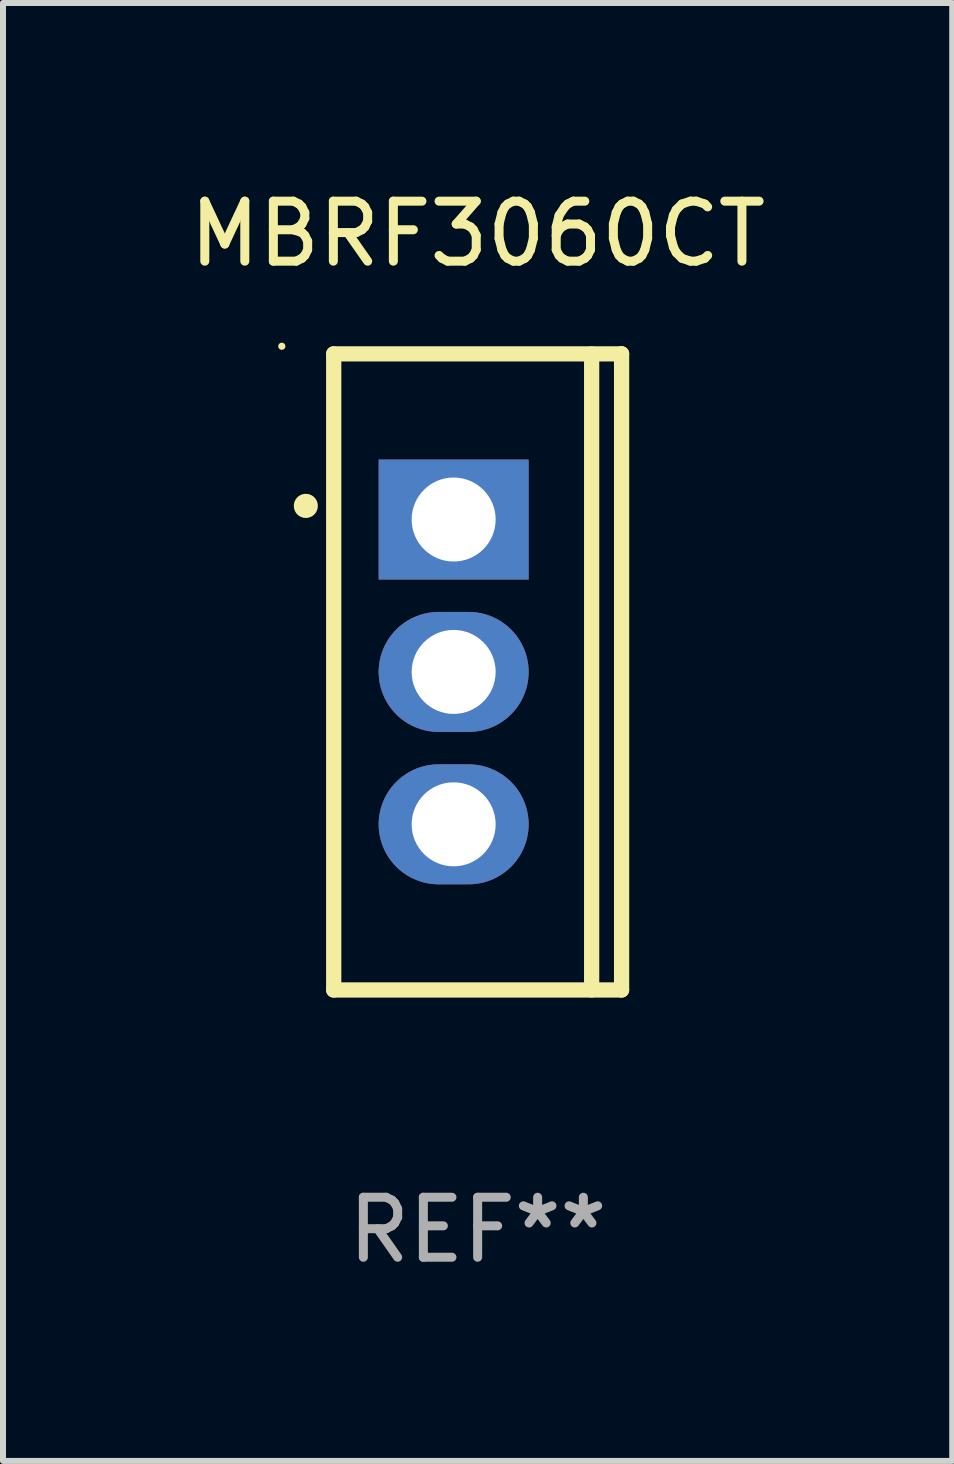
<source format=kicad_pcb>
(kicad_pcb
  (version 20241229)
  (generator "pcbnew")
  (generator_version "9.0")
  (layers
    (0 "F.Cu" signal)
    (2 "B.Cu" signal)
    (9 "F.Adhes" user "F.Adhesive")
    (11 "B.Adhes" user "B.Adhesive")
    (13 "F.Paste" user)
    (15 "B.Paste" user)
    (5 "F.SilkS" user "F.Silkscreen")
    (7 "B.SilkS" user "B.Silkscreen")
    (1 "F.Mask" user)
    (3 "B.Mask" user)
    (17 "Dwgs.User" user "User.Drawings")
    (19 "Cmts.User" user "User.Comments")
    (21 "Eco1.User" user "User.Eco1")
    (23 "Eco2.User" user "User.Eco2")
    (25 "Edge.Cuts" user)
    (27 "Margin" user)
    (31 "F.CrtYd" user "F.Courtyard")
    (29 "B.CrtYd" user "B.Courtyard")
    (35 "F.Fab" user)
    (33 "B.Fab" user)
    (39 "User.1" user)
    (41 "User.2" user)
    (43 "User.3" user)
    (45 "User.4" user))
  (footprint "MBRF3060CT"
    (layer "F.Cu")
    (at 4.911 8.149)
    (property "Reference" "MBRF3060CT" (at 0 -7.301 0) (layer "F.SilkS") (effects (font (size 1 1) (thickness 0.15))))
    (attr through_hole)
    (fp_line (start -2.399 -5.301) (end 2.394 -5.301) (stroke (width 0.254) (type solid)) (layer "F.SilkS"))
    (fp_line (start -2.399 5.301) (end -2.399 -5.301) (stroke (width 0.254) (type solid)) (layer "F.SilkS"))
    (fp_line (start 1.9 5.3) (end 1.9 -5.3) (stroke (width 0.254) (type solid)) (layer "F.SilkS"))
    (fp_line (start 2.394 -5.301) (end 2.399 -5.301) (stroke (width 0.254) (type solid)) (layer "F.SilkS"))
    (fp_line (start 2.399 -5.301) (end 2.399 5.301) (stroke (width 0.254) (type solid)) (layer "F.SilkS"))
    (fp_line (start 2.399 5.301) (end -2.399 5.301) (stroke (width 0.254) (type solid)) (layer "F.SilkS"))
    (fp_arc (start -2.863843 -2.766066) (mid -2.863847 -2.767336) (end -2.863843 -2.768606) (stroke (width 0.4) (type solid)) (layer "F.SilkS"))
    (fp_circle (center -3.264 -5.428) (end -3.234 -5.428) (stroke (width 0.06) (type solid)) (fill no) (layer "F.SilkS"))
    (fp_text user "REF**" (at 0 9.301 0) (layer "F.Fab") (effects (font (size 1 1) (thickness 0.15))))
    (pad "1" thru_hole rect (at -0.4 -2.54 270) (size 2 2.5) (drill 1.4) (layers "*.Cu" "*.Mask"))
    (pad "2" thru_hole oval (at -0.4 0 270) (size 2 2.5) (drill 1.4) (layers "*.Cu" "*.Mask"))
    (pad "3" thru_hole oval (at -0.4 2.54 270) (size 2 2.5) (drill 1.4) (layers "*.Cu" "*.Mask")))
  (gr_rect
    (start -3 -3)
    (end 12.821 21.299)
    (stroke (width 0.1) (type default))
    (fill no)
    (layer "Edge.Cuts")))
</source>
